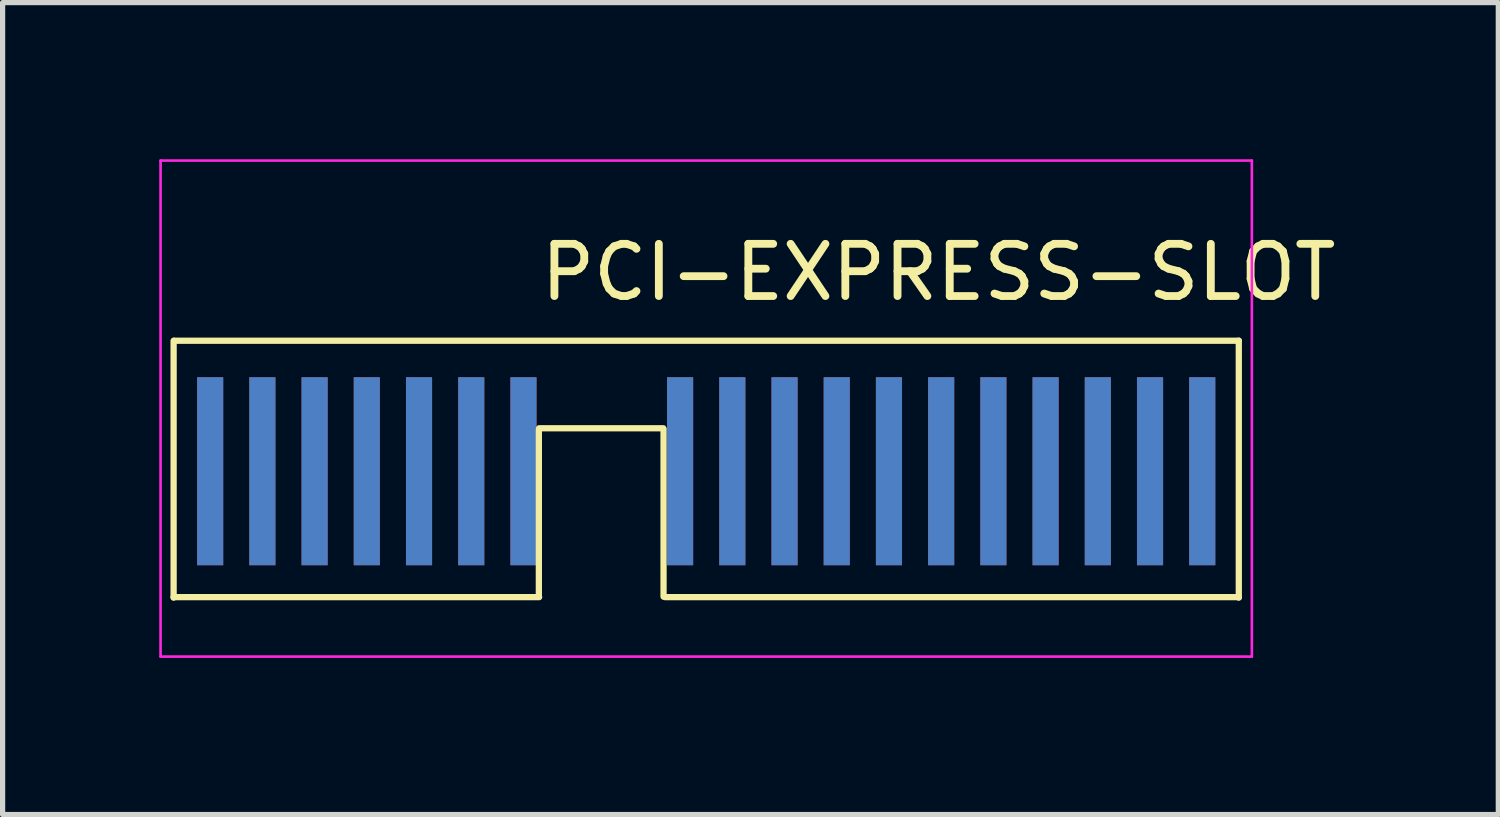
<source format=kicad_pcb>
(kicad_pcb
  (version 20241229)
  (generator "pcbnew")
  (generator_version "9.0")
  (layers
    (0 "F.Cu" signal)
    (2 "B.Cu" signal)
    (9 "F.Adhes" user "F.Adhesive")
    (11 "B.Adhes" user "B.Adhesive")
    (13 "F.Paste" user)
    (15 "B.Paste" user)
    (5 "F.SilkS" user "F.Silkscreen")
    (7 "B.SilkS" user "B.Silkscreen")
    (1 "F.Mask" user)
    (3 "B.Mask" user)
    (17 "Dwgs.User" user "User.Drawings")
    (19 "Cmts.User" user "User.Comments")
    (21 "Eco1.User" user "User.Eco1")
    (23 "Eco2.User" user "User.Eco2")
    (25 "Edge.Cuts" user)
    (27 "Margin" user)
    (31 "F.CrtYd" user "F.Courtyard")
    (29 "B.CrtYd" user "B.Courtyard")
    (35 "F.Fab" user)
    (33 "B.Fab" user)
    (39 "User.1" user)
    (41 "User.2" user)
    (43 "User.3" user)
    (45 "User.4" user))
  (footprint "PCI-EXPRESS-SLOT"
    (layer "F.Cu")
    (at 0.417 5.475)
    (property "Reference" "PCI-EXPRESS-SLOT" (at 14.508 -3.31 0) (layer "F.SilkS") (effects (font (size 1 1) (thickness 0.15))))
    (attr through_hole)
    (fp_line (start -0.142 -2) (end -0.142 2.921) (stroke (width 0.12) (type solid)) (layer "F.SilkS"))
    (fp_line (start 6.853 -0.298) (end 6.853 2.902) (stroke (width 0.12) (type solid)) (layer "F.SilkS"))
    (fp_line (start 6.858 2.911) (end -0.142 2.911) (stroke (width 0.12) (type solid)) (layer "F.SilkS"))
    (fp_line (start 9.237 -0.323) (end 6.858 -0.323) (stroke (width 0.12) (type solid)) (layer "F.SilkS"))
    (fp_line (start 9.241 -0.298) (end 9.241 2.902) (stroke (width 0.12) (type solid)) (layer "F.SilkS"))
    (fp_line (start 9.271 2.911) (end 20.258 2.911) (stroke (width 0.12) (type solid)) (layer "F.SilkS"))
    (fp_line (start 20.258 -2) (end -0.127 -2) (stroke (width 0.12) (type solid)) (layer "F.SilkS"))
    (fp_line (start 20.258 2.921) (end 20.258 -2) (stroke (width 0.12) (type solid)) (layer "F.SilkS"))
    (fp_line (start -0.392 4.05) (end -0.392 -5.45) (stroke (width 0.05) (type solid)) (layer "F.CrtYd"))
    (fp_line (start -0.392 4.05) (end 20.508 4.05) (stroke (width 0.05) (type solid)) (layer "F.CrtYd"))
    (fp_line (start 20.508 -5.45) (end -0.392 -5.45) (stroke (width 0.05) (type solid)) (layer "F.CrtYd"))
    (fp_line (start 20.508 -5.45) (end 20.508 4.05) (stroke (width 0.05) (type solid)) (layer "F.CrtYd"))
    (pad "A1" connect rect (at 19.558 0.5) (size 0.5 3.6) (layers "B.Cu" "B.Mask"))
    (pad "A2" connect rect (at 18.558 0.5) (size 0.5 3.6) (layers "B.Cu" "B.Mask"))
    (pad "A3" connect rect (at 17.558 0.5) (size 0.5 3.6) (layers "B.Cu" "B.Mask"))
    (pad "A4" connect rect (at 16.558 0.5) (size 0.5 3.6) (layers "B.Cu" "B.Mask"))
    (pad "A5" connect rect (at 15.558 0.5) (size 0.5 3.6) (layers "B.Cu" "B.Mask"))
    (pad "A6" connect rect (at 14.558 0.5) (size 0.5 3.6) (layers "B.Cu" "B.Mask"))
    (pad "A7" connect rect (at 13.558 0.5) (size 0.5 3.6) (layers "B.Cu" "B.Mask"))
    (pad "A8" connect rect (at 12.558 0.5) (size 0.5 3.6) (layers "B.Cu" "B.Mask"))
    (pad "A9" connect rect (at 11.558 0.5) (size 0.5 3.6) (layers "B.Cu" "B.Mask"))
    (pad "A10" connect rect (at 10.558 0.5) (size 0.5 3.6) (layers "B.Cu" "B.Mask"))
    (pad "A11" connect rect (at 9.558 0.5) (size 0.5 3.6) (layers "B.Cu" "B.Mask"))
    (pad "A12" connect rect (at 6.558 0.5) (size 0.5 3.6) (layers "B.Cu" "B.Mask"))
    (pad "A13" connect rect (at 5.558 0.5) (size 0.5 3.6) (layers "B.Cu" "B.Mask"))
    (pad "A14" connect rect (at 4.558 0.5) (size 0.5 3.6) (layers "B.Cu" "B.Mask"))
    (pad "A15" connect rect (at 3.558 0.5) (size 0.5 3.6) (layers "B.Cu" "B.Mask"))
    (pad "A16" connect rect (at 2.558 0.5) (size 0.5 3.6) (layers "B.Cu" "B.Mask"))
    (pad "A17" connect rect (at 1.558 0.5) (size 0.5 3.6) (layers "B.Cu" "B.Mask"))
    (pad "A18" connect rect (at 0.558 0.5) (size 0.5 3.6) (layers "B.Cu" "B.Mask"))
    (pad "B1" connect rect (at 19.558 0.5) (size 0.5 3.6) (layers "F.Cu" "F.Mask"))
    (pad "B2" connect rect (at 18.558 0.5) (size 0.5 3.6) (layers "F.Cu" "F.Mask"))
    (pad "B3" connect rect (at 17.558 0.5) (size 0.5 3.6) (layers "F.Cu" "F.Mask"))
    (pad "B4" connect rect (at 16.558 0.5) (size 0.5 3.6) (layers "F.Cu" "F.Mask"))
    (pad "B5" connect rect (at 15.558 0.5) (size 0.5 3.6) (layers "F.Cu" "F.Mask"))
    (pad "B6" connect rect (at 14.558 0.5) (size 0.5 3.6) (layers "F.Cu" "F.Mask"))
    (pad "B7" connect rect (at 13.558 0.5) (size 0.5 3.6) (layers "F.Cu" "F.Mask"))
    (pad "B8" connect rect (at 12.558 0.5) (size 0.5 3.6) (layers "F.Cu" "F.Mask"))
    (pad "B9" connect rect (at 11.558 0.5) (size 0.5 3.6) (layers "F.Cu" "F.Mask"))
    (pad "B10" connect rect (at 10.558 0.5) (size 0.5 3.6) (layers "F.Cu" "F.Mask"))
    (pad "B11" connect rect (at 9.558 0.5) (size 0.5 3.6) (layers "F.Cu" "F.Mask"))
    (pad "B12" connect rect (at 6.558 0.5) (size 0.5 3.6) (layers "F.Cu" "F.Mask"))
    (pad "B13" connect rect (at 5.558 0.5) (size 0.5 3.6) (layers "F.Cu" "F.Mask"))
    (pad "B14" connect rect (at 4.558 0.5) (size 0.5 3.6) (layers "F.Cu" "F.Mask"))
    (pad "B15" connect rect (at 3.558 0.5) (size 0.5 3.6) (layers "F.Cu" "F.Mask"))
    (pad "B16" connect rect (at 2.558 0.5) (size 0.5 3.6) (layers "F.Cu" "F.Mask"))
    (pad "B17" connect rect (at 1.558 0.5) (size 0.5 3.6) (layers "F.Cu" "F.Mask"))
    (pad "B18" connect rect (at 0.558 0.5) (size 0.5 3.6) (layers "F.Cu" "F.Mask")))
  (gr_rect
    (start -3 -3)
    (end 25.645 12.55)
    (stroke (width 0.1) (type default))
    (fill no)
    (layer "Edge.Cuts")))
</source>
